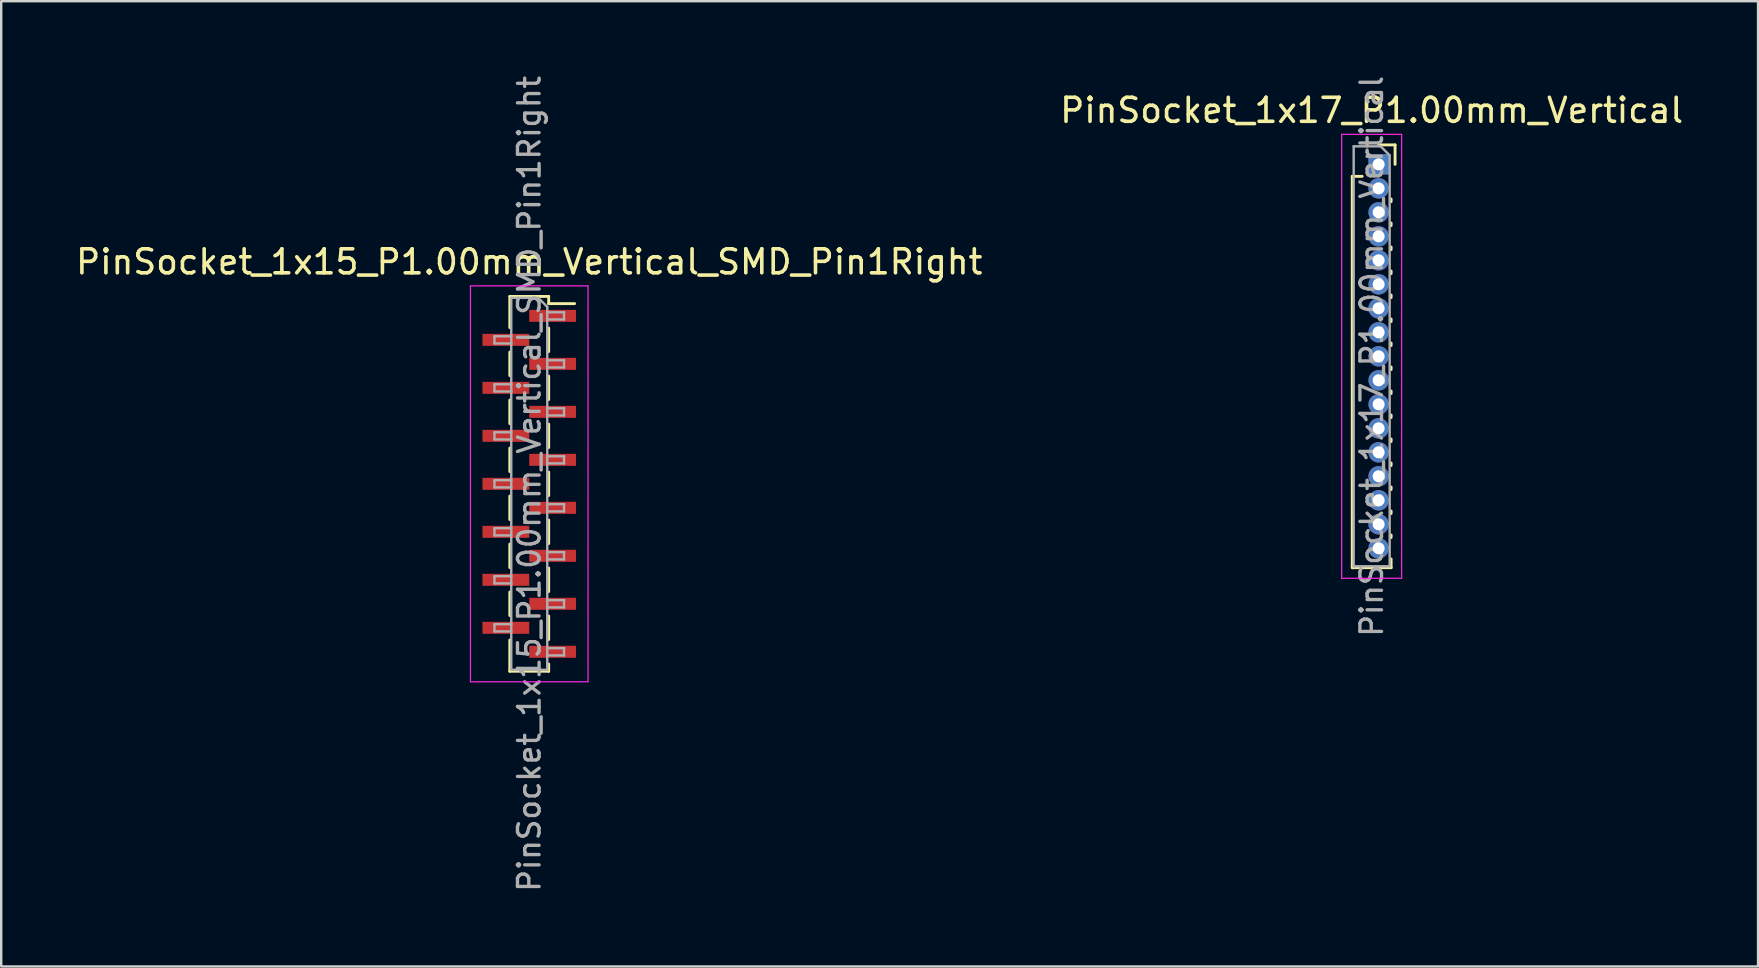
<source format=kicad_pcb>
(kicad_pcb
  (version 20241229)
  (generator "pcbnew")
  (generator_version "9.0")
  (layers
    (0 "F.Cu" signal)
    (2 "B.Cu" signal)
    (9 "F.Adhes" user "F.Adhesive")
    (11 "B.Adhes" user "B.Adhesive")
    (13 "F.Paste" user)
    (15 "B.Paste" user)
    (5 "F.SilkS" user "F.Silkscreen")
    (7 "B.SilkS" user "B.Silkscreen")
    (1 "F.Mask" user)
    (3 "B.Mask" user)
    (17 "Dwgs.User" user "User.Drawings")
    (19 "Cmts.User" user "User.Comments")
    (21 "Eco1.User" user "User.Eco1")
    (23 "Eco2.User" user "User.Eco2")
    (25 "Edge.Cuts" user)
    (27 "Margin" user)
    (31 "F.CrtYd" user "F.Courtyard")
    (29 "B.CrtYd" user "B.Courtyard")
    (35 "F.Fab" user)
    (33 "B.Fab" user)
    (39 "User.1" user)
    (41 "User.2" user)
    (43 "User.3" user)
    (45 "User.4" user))
  (footprint "PinSocket_1x17_P1.00mm_Vertical"
    (layer "F.Cu")
    (at 54.403 3.799)
    (property "Reference" "PinSocket_1x17_P1.00mm_Vertical" (at -0.29 -2.25 0) (layer "F.SilkS") (effects (font (size 1 1) (thickness 0.15))))
    (attr through_hole)
    (fp_line (start -1.1 0.5) (end -1.1 16.81) (stroke (width 0.12) (type solid)) (layer "F.SilkS"))
    (fp_line (start -1.1 0.5) (end -0.685 0.5) (stroke (width 0.12) (type solid)) (layer "F.SilkS"))
    (fp_line (start -1.1 16.81) (end 0.52 16.81) (stroke (width 0.12) (type solid)) (layer "F.SilkS"))
    (fp_line (start 0 -0.81) (end 0.685 -0.81) (stroke (width 0.12) (type solid)) (layer "F.SilkS"))
    (fp_line (start 0.52 1.446) (end 0.52 1.554) (stroke (width 0.12) (type solid)) (layer "F.SilkS"))
    (fp_line (start 0.52 2.446) (end 0.52 2.554) (stroke (width 0.12) (type solid)) (layer "F.SilkS"))
    (fp_line (start 0.52 3.446) (end 0.52 3.554) (stroke (width 0.12) (type solid)) (layer "F.SilkS"))
    (fp_line (start 0.52 4.446) (end 0.52 4.554) (stroke (width 0.12) (type solid)) (layer "F.SilkS"))
    (fp_line (start 0.52 5.446) (end 0.52 5.554) (stroke (width 0.12) (type solid)) (layer "F.SilkS"))
    (fp_line (start 0.52 6.446) (end 0.52 6.554) (stroke (width 0.12) (type solid)) (layer "F.SilkS"))
    (fp_line (start 0.52 7.446) (end 0.52 7.554) (stroke (width 0.12) (type solid)) (layer "F.SilkS"))
    (fp_line (start 0.52 8.446) (end 0.52 8.554) (stroke (width 0.12) (type solid)) (layer "F.SilkS"))
    (fp_line (start 0.52 9.446) (end 0.52 9.554) (stroke (width 0.12) (type solid)) (layer "F.SilkS"))
    (fp_line (start 0.52 10.446) (end 0.52 10.554) (stroke (width 0.12) (type solid)) (layer "F.SilkS"))
    (fp_line (start 0.52 11.446) (end 0.52 11.554) (stroke (width 0.12) (type solid)) (layer "F.SilkS"))
    (fp_line (start 0.52 12.446) (end 0.52 12.554) (stroke (width 0.12) (type solid)) (layer "F.SilkS"))
    (fp_line (start 0.52 13.446) (end 0.52 13.554) (stroke (width 0.12) (type solid)) (layer "F.SilkS"))
    (fp_line (start 0.52 14.446) (end 0.52 14.554) (stroke (width 0.12) (type solid)) (layer "F.SilkS"))
    (fp_line (start 0.52 15.446) (end 0.52 15.554) (stroke (width 0.12) (type solid)) (layer "F.SilkS"))
    (fp_line (start 0.52 16.446) (end 0.52 16.81) (stroke (width 0.12) (type solid)) (layer "F.SilkS"))
    (fp_line (start 0.685 -0.81) (end 0.685 0) (stroke (width 0.12) (type solid)) (layer "F.SilkS"))
    (fp_line (start -1.54 -1.25) (end 0.96 -1.25) (stroke (width 0.05) (type solid)) (layer "F.CrtYd"))
    (fp_line (start -1.54 17.25) (end -1.54 -1.25) (stroke (width 0.05) (type solid)) (layer "F.CrtYd"))
    (fp_line (start 0.96 -1.25) (end 0.96 17.25) (stroke (width 0.05) (type solid)) (layer "F.CrtYd"))
    (fp_line (start 0.96 17.25) (end -1.54 17.25) (stroke (width 0.05) (type solid)) (layer "F.CrtYd"))
    (fp_line (start -1.04 -0.75) (end 0.085 -0.75) (stroke (width 0.1) (type solid)) (layer "F.Fab"))
    (fp_line (start -1.04 16.75) (end -1.04 -0.75) (stroke (width 0.1) (type solid)) (layer "F.Fab"))
    (fp_line (start 0.085 -0.75) (end 0.46 -0.375) (stroke (width 0.1) (type solid)) (layer "F.Fab"))
    (fp_line (start 0.46 -0.375) (end 0.46 16.75) (stroke (width 0.1) (type solid)) (layer "F.Fab"))
    (fp_line (start 0.46 16.75) (end -1.04 16.75) (stroke (width 0.1) (type solid)) (layer "F.Fab"))
    (fp_text user "${REFERENCE}" (at -0.29 8 90) (layer "F.Fab") (effects (font (size 0.9 0.9) (thickness 0.14))))
    (pad "1" thru_hole rect (at 0 0) (size 0.85 0.85) (drill 0.5) (layers "*.Cu" "*.Mask"))
    (pad "2" thru_hole oval (at 0 1) (size 0.85 0.85) (drill 0.5) (layers "*.Cu" "*.Mask"))
    (pad "3" thru_hole oval (at 0 2) (size 0.85 0.85) (drill 0.5) (layers "*.Cu" "*.Mask"))
    (pad "4" thru_hole oval (at 0 3) (size 0.85 0.85) (drill 0.5) (layers "*.Cu" "*.Mask"))
    (pad "5" thru_hole oval (at 0 4) (size 0.85 0.85) (drill 0.5) (layers "*.Cu" "*.Mask"))
    (pad "6" thru_hole oval (at 0 5) (size 0.85 0.85) (drill 0.5) (layers "*.Cu" "*.Mask"))
    (pad "7" thru_hole oval (at 0 6) (size 0.85 0.85) (drill 0.5) (layers "*.Cu" "*.Mask"))
    (pad "8" thru_hole oval (at 0 7) (size 0.85 0.85) (drill 0.5) (layers "*.Cu" "*.Mask"))
    (pad "9" thru_hole oval (at 0 8) (size 0.85 0.85) (drill 0.5) (layers "*.Cu" "*.Mask"))
    (pad "10" thru_hole oval (at 0 9) (size 0.85 0.85) (drill 0.5) (layers "*.Cu" "*.Mask"))
    (pad "11" thru_hole oval (at 0 10) (size 0.85 0.85) (drill 0.5) (layers "*.Cu" "*.Mask"))
    (pad "12" thru_hole oval (at 0 11) (size 0.85 0.85) (drill 0.5) (layers "*.Cu" "*.Mask"))
    (pad "13" thru_hole oval (at 0 12) (size 0.85 0.85) (drill 0.5) (layers "*.Cu" "*.Mask"))
    (pad "14" thru_hole oval (at 0 13) (size 0.85 0.85) (drill 0.5) (layers "*.Cu" "*.Mask"))
    (pad "15" thru_hole oval (at 0 14) (size 0.85 0.85) (drill 0.5) (layers "*.Cu" "*.Mask"))
    (pad "16" thru_hole oval (at 0 15) (size 0.85 0.85) (drill 0.5) (layers "*.Cu" "*.Mask"))
    (pad "17" thru_hole oval (at 0 16) (size 0.85 0.85) (drill 0.5) (layers "*.Cu" "*.Mask")))
  (footprint "PinSocket_1x15_P1.00mm_Vertical_SMD_Pin1Right"
    (layer "F.Cu")
    (at 19.006 17.113)
    (property "Reference" "PinSocket_1x15_P1.00mm_Vertical_SMD_Pin1Right" (at 0 -9.25 0) (layer "F.SilkS") (effects (font (size 1 1) (thickness 0.15))))
    (attr smd)
    (fp_line (start -0.81 -7.81) (end -0.81 -6.51) (stroke (width 0.12) (type solid)) (layer "F.SilkS"))
    (fp_line (start -0.81 -7.81) (end 0.81 -7.81) (stroke (width 0.12) (type solid)) (layer "F.SilkS"))
    (fp_line (start -0.81 -5.49) (end -0.81 -4.51) (stroke (width 0.12) (type solid)) (layer "F.SilkS"))
    (fp_line (start -0.81 -3.49) (end -0.81 -2.51) (stroke (width 0.12) (type solid)) (layer "F.SilkS"))
    (fp_line (start -0.81 -1.49) (end -0.81 -0.51) (stroke (width 0.12) (type solid)) (layer "F.SilkS"))
    (fp_line (start -0.81 0.51) (end -0.81 1.49) (stroke (width 0.12) (type solid)) (layer "F.SilkS"))
    (fp_line (start -0.81 2.51) (end -0.81 3.49) (stroke (width 0.12) (type solid)) (layer "F.SilkS"))
    (fp_line (start -0.81 4.51) (end -0.81 5.49) (stroke (width 0.12) (type solid)) (layer "F.SilkS"))
    (fp_line (start -0.81 6.51) (end -0.81 7.81) (stroke (width 0.12) (type solid)) (layer "F.SilkS"))
    (fp_line (start -0.81 7.81) (end 0.81 7.81) (stroke (width 0.12) (type solid)) (layer "F.SilkS"))
    (fp_line (start 0.81 -7.81) (end 0.81 -7.51) (stroke (width 0.12) (type solid)) (layer "F.SilkS"))
    (fp_line (start 0.81 -7.51) (end 1.89 -7.51) (stroke (width 0.12) (type solid)) (layer "F.SilkS"))
    (fp_line (start 0.81 -6.49) (end 0.81 -5.51) (stroke (width 0.12) (type solid)) (layer "F.SilkS"))
    (fp_line (start 0.81 -4.49) (end 0.81 -3.51) (stroke (width 0.12) (type solid)) (layer "F.SilkS"))
    (fp_line (start 0.81 -2.49) (end 0.81 -1.51) (stroke (width 0.12) (type solid)) (layer "F.SilkS"))
    (fp_line (start 0.81 -0.49) (end 0.81 0.49) (stroke (width 0.12) (type solid)) (layer "F.SilkS"))
    (fp_line (start 0.81 1.51) (end 0.81 2.49) (stroke (width 0.12) (type solid)) (layer "F.SilkS"))
    (fp_line (start 0.81 3.51) (end 0.81 4.49) (stroke (width 0.12) (type solid)) (layer "F.SilkS"))
    (fp_line (start 0.81 5.51) (end 0.81 6.49) (stroke (width 0.12) (type solid)) (layer "F.SilkS"))
    (fp_line (start 0.81 7.51) (end 0.81 7.81) (stroke (width 0.12) (type solid)) (layer "F.SilkS"))
    (fp_line (start -2.45 -8.25) (end 2.45 -8.25) (stroke (width 0.05) (type solid)) (layer "F.CrtYd"))
    (fp_line (start -2.45 8.25) (end -2.45 -8.25) (stroke (width 0.05) (type solid)) (layer "F.CrtYd"))
    (fp_line (start 2.45 -8.25) (end 2.45 8.25) (stroke (width 0.05) (type solid)) (layer "F.CrtYd"))
    (fp_line (start 2.45 8.25) (end -2.45 8.25) (stroke (width 0.05) (type solid)) (layer "F.CrtYd"))
    (fp_line (start -1.45 -6.15) (end -0.75 -6.15) (stroke (width 0.1) (type solid)) (layer "F.Fab"))
    (fp_line (start -1.45 -5.85) (end -1.45 -6.15) (stroke (width 0.1) (type solid)) (layer "F.Fab"))
    (fp_line (start -1.45 -4.15) (end -0.75 -4.15) (stroke (width 0.1) (type solid)) (layer "F.Fab"))
    (fp_line (start -1.45 -3.85) (end -1.45 -4.15) (stroke (width 0.1) (type solid)) (layer "F.Fab"))
    (fp_line (start -1.45 -2.15) (end -0.75 -2.15) (stroke (width 0.1) (type solid)) (layer "F.Fab"))
    (fp_line (start -1.45 -1.85) (end -1.45 -2.15) (stroke (width 0.1) (type solid)) (layer "F.Fab"))
    (fp_line (start -1.45 -0.15) (end -0.75 -0.15) (stroke (width 0.1) (type solid)) (layer "F.Fab"))
    (fp_line (start -1.45 0.15) (end -1.45 -0.15) (stroke (width 0.1) (type solid)) (layer "F.Fab"))
    (fp_line (start -1.45 1.85) (end -0.75 1.85) (stroke (width 0.1) (type solid)) (layer "F.Fab"))
    (fp_line (start -1.45 2.15) (end -1.45 1.85) (stroke (width 0.1) (type solid)) (layer "F.Fab"))
    (fp_line (start -1.45 3.85) (end -0.75 3.85) (stroke (width 0.1) (type solid)) (layer "F.Fab"))
    (fp_line (start -1.45 4.15) (end -1.45 3.85) (stroke (width 0.1) (type solid)) (layer "F.Fab"))
    (fp_line (start -1.45 5.85) (end -0.75 5.85) (stroke (width 0.1) (type solid)) (layer "F.Fab"))
    (fp_line (start -1.45 6.15) (end -1.45 5.85) (stroke (width 0.1) (type solid)) (layer "F.Fab"))
    (fp_line (start -0.75 -7.75) (end 0.375 -7.75) (stroke (width 0.1) (type solid)) (layer "F.Fab"))
    (fp_line (start -0.75 -5.85) (end -1.45 -5.85) (stroke (width 0.1) (type solid)) (layer "F.Fab"))
    (fp_line (start -0.75 -3.85) (end -1.45 -3.85) (stroke (width 0.1) (type solid)) (layer "F.Fab"))
    (fp_line (start -0.75 -1.85) (end -1.45 -1.85) (stroke (width 0.1) (type solid)) (layer "F.Fab"))
    (fp_line (start -0.75 0.15) (end -1.45 0.15) (stroke (width 0.1) (type solid)) (layer "F.Fab"))
    (fp_line (start -0.75 2.15) (end -1.45 2.15) (stroke (width 0.1) (type solid)) (layer "F.Fab"))
    (fp_line (start -0.75 4.15) (end -1.45 4.15) (stroke (width 0.1) (type solid)) (layer "F.Fab"))
    (fp_line (start -0.75 6.15) (end -1.45 6.15) (stroke (width 0.1) (type solid)) (layer "F.Fab"))
    (fp_line (start -0.75 7.75) (end -0.75 -7.75) (stroke (width 0.1) (type solid)) (layer "F.Fab"))
    (fp_line (start 0.375 -7.75) (end 0.75 -7.375) (stroke (width 0.1) (type solid)) (layer "F.Fab"))
    (fp_line (start 0.75 -7.375) (end 0.75 7.75) (stroke (width 0.1) (type solid)) (layer "F.Fab"))
    (fp_line (start 0.75 -7.15) (end 1.45 -7.15) (stroke (width 0.1) (type solid)) (layer "F.Fab"))
    (fp_line (start 0.75 -5.15) (end 1.45 -5.15) (stroke (width 0.1) (type solid)) (layer "F.Fab"))
    (fp_line (start 0.75 -3.15) (end 1.45 -3.15) (stroke (width 0.1) (type solid)) (layer "F.Fab"))
    (fp_line (start 0.75 -1.15) (end 1.45 -1.15) (stroke (width 0.1) (type solid)) (layer "F.Fab"))
    (fp_line (start 0.75 0.85) (end 1.45 0.85) (stroke (width 0.1) (type solid)) (layer "F.Fab"))
    (fp_line (start 0.75 2.85) (end 1.45 2.85) (stroke (width 0.1) (type solid)) (layer "F.Fab"))
    (fp_line (start 0.75 4.85) (end 1.45 4.85) (stroke (width 0.1) (type solid)) (layer "F.Fab"))
    (fp_line (start 0.75 6.85) (end 1.45 6.85) (stroke (width 0.1) (type solid)) (layer "F.Fab"))
    (fp_line (start 0.75 7.75) (end -0.75 7.75) (stroke (width 0.1) (type solid)) (layer "F.Fab"))
    (fp_line (start 1.45 -7.15) (end 1.45 -6.85) (stroke (width 0.1) (type solid)) (layer "F.Fab"))
    (fp_line (start 1.45 -6.85) (end 0.75 -6.85) (stroke (width 0.1) (type solid)) (layer "F.Fab"))
    (fp_line (start 1.45 -5.15) (end 1.45 -4.85) (stroke (width 0.1) (type solid)) (layer "F.Fab"))
    (fp_line (start 1.45 -4.85) (end 0.75 -4.85) (stroke (width 0.1) (type solid)) (layer "F.Fab"))
    (fp_line (start 1.45 -3.15) (end 1.45 -2.85) (stroke (width 0.1) (type solid)) (layer "F.Fab"))
    (fp_line (start 1.45 -2.85) (end 0.75 -2.85) (stroke (width 0.1) (type solid)) (layer "F.Fab"))
    (fp_line (start 1.45 -1.15) (end 1.45 -0.85) (stroke (width 0.1) (type solid)) (layer "F.Fab"))
    (fp_line (start 1.45 -0.85) (end 0.75 -0.85) (stroke (width 0.1) (type solid)) (layer "F.Fab"))
    (fp_line (start 1.45 0.85) (end 1.45 1.15) (stroke (width 0.1) (type solid)) (layer "F.Fab"))
    (fp_line (start 1.45 1.15) (end 0.75 1.15) (stroke (width 0.1) (type solid)) (layer "F.Fab"))
    (fp_line (start 1.45 2.85) (end 1.45 3.15) (stroke (width 0.1) (type solid)) (layer "F.Fab"))
    (fp_line (start 1.45 3.15) (end 0.75 3.15) (stroke (width 0.1) (type solid)) (layer "F.Fab"))
    (fp_line (start 1.45 4.85) (end 1.45 5.15) (stroke (width 0.1) (type solid)) (layer "F.Fab"))
    (fp_line (start 1.45 5.15) (end 0.75 5.15) (stroke (width 0.1) (type solid)) (layer "F.Fab"))
    (fp_line (start 1.45 6.85) (end 1.45 7.15) (stroke (width 0.1) (type solid)) (layer "F.Fab"))
    (fp_line (start 1.45 7.15) (end 0.75 7.15) (stroke (width 0.1) (type solid)) (layer "F.Fab"))
    (fp_text user "${REFERENCE}" (at 0 0 90) (layer "F.Fab") (effects (font (size 0.9 0.9) (thickness 0.14))))
    (pad "1" smd rect (at 0.975 -7) (size 1.95 0.5) (layers "F.Cu" "F.Mask" "F.Paste"))
    (pad "2" smd rect (at -0.975 -6) (size 1.95 0.5) (layers "F.Cu" "F.Mask" "F.Paste"))
    (pad "3" smd rect (at 0.975 -5) (size 1.95 0.5) (layers "F.Cu" "F.Mask" "F.Paste"))
    (pad "4" smd rect (at -0.975 -4) (size 1.95 0.5) (layers "F.Cu" "F.Mask" "F.Paste"))
    (pad "5" smd rect (at 0.975 -3) (size 1.95 0.5) (layers "F.Cu" "F.Mask" "F.Paste"))
    (pad "6" smd rect (at -0.975 -2) (size 1.95 0.5) (layers "F.Cu" "F.Mask" "F.Paste"))
    (pad "7" smd rect (at 0.975 -1) (size 1.95 0.5) (layers "F.Cu" "F.Mask" "F.Paste"))
    (pad "8" smd rect (at -0.975 0) (size 1.95 0.5) (layers "F.Cu" "F.Mask" "F.Paste"))
    (pad "9" smd rect (at 0.975 1) (size 1.95 0.5) (layers "F.Cu" "F.Mask" "F.Paste"))
    (pad "10" smd rect (at -0.975 2) (size 1.95 0.5) (layers "F.Cu" "F.Mask" "F.Paste"))
    (pad "11" smd rect (at 0.975 3) (size 1.95 0.5) (layers "F.Cu" "F.Mask" "F.Paste"))
    (pad "12" smd rect (at -0.975 4) (size 1.95 0.5) (layers "F.Cu" "F.Mask" "F.Paste"))
    (pad "13" smd rect (at 0.975 5) (size 1.95 0.5) (layers "F.Cu" "F.Mask" "F.Paste"))
    (pad "14" smd rect (at -0.975 6) (size 1.95 0.5) (layers "F.Cu" "F.Mask" "F.Paste"))
    (pad "15" smd rect (at 0.975 7) (size 1.95 0.5) (layers "F.Cu" "F.Mask" "F.Paste")))
  (gr_rect
    (start -3 -3)
    (end 70.214 37.226)
    (stroke (width 0.1) (type default))
    (fill no)
    (layer "Edge.Cuts")))
</source>
